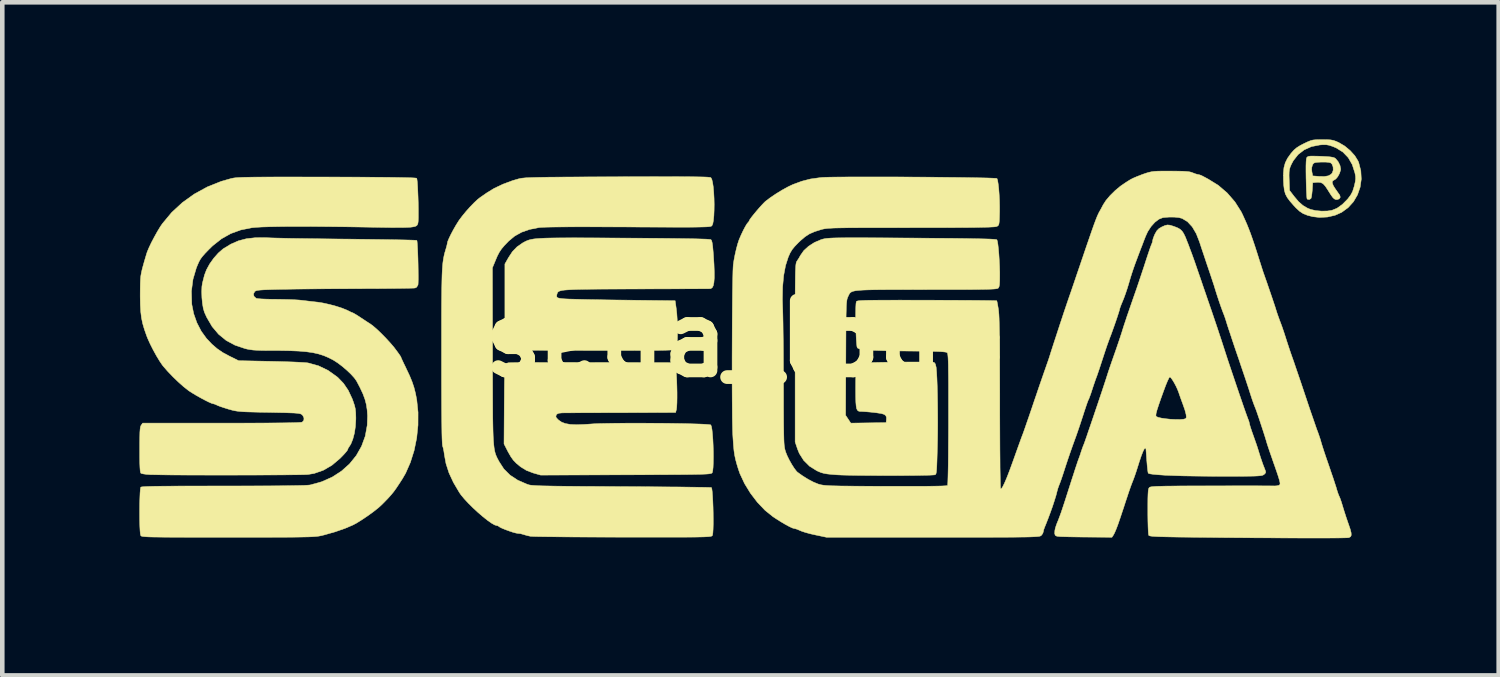
<source format=kicad_pcb>
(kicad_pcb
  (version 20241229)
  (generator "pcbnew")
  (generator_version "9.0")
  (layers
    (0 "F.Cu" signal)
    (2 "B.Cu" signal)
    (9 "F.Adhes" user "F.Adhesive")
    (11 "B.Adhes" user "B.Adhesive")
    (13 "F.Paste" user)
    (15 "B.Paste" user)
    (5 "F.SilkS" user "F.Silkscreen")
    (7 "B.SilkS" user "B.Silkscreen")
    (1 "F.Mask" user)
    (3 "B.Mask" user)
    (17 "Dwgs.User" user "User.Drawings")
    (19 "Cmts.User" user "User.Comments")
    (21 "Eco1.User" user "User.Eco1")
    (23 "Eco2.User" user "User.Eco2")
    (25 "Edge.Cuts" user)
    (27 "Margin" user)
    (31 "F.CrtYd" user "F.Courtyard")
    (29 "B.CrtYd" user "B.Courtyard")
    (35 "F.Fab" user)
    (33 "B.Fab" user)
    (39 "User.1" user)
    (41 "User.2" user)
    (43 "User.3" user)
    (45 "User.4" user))
  (footprint "sega_logo"
    (layer "F.Cu")
    (at 13.256 4.365)
    (property "Reference" "sega_logo" (at 0 0 0) (layer "F.SilkS") (effects (font (size 1.524 1.524) (thickness 0.3))))
    (attr through_hole)
    (fp_poly (pts (xy 12.531 -3.998) (xy 12.592 -3.996) (xy 12.711 -3.99) (xy 12.795 -3.983) (xy 12.852 -3.974) (xy 12.889 -3.962) (xy 12.914 -3.945) (xy 12.915 -3.945) (xy 12.971 -3.876) (xy 13.01 -3.796) (xy 13.025 -3.718) (xy 13.023 -3.694) (xy 13 -3.622) (xy 12.963 -3.553) (xy 12.92 -3.501) (xy 12.891 -3.482) (xy 12.849 -3.457) (xy 12.84 -3.415) (xy 12.864 -3.352) (xy 12.906 -3.286) (xy 12.95 -3.223) (xy 12.986 -3.171) (xy 13.005 -3.145) (xy 13.016 -3.1) (xy 12.993 -3.064) (xy 12.946 -3.048) (xy 12.946 -3.048) (xy 12.913 -3.051) (xy 12.884 -3.065) (xy 12.852 -3.096) (xy 12.813 -3.15) (xy 12.76 -3.233) (xy 12.745 -3.258) (xy 12.689 -3.342) (xy 12.641 -3.395) (xy 12.592 -3.421) (xy 12.532 -3.428) (xy 12.486 -3.425) (xy 12.414 -3.418) (xy 12.404 -3.26) (xy 12.396 -3.179) (xy 12.387 -3.114) (xy 12.377 -3.077) (xy 12.376 -3.074) (xy 12.343 -3.051) (xy 12.304 -3.053) (xy 12.289 -3.067) (xy 12.285 -3.093) (xy 12.281 -3.154) (xy 12.276 -3.245) (xy 12.272 -3.358) (xy 12.269 -3.486) (xy 12.268 -3.51) (xy 12.266 -3.668) (xy 12.266 -3.733) (xy 12.388 -3.733) (xy 12.396 -3.654) (xy 12.414 -3.567) (xy 12.552 -3.556) (xy 12.671 -3.554) (xy 12.757 -3.569) (xy 12.816 -3.603) (xy 12.841 -3.632) (xy 12.862 -3.693) (xy 12.859 -3.763) (xy 12.836 -3.823) (xy 12.805 -3.853) (xy 12.764 -3.863) (xy 12.695 -3.869) (xy 12.612 -3.869) (xy 12.599 -3.869) (xy 12.516 -3.865) (xy 12.465 -3.858) (xy 12.436 -3.845) (xy 12.417 -3.822) (xy 12.407 -3.802) (xy 12.388 -3.733) (xy 12.266 -3.733) (xy 12.266 -3.788) (xy 12.269 -3.874) (xy 12.274 -3.932) (xy 12.282 -3.964) (xy 12.286 -3.971) (xy 12.301 -3.985) (xy 12.326 -3.995) (xy 12.368 -4) (xy 12.434 -4) (xy 12.531 -3.998)) (stroke (width 0.01) (type solid)) (fill yes) (layer "F.SilkS"))
    (fp_poly (pts (xy 12.728 -4.359) (xy 12.804 -4.355) (xy 12.863 -4.344) (xy 12.919 -4.325) (xy 12.984 -4.296) (xy 13.113 -4.22) (xy 13.232 -4.121) (xy 13.333 -4.01) (xy 13.404 -3.895) (xy 13.419 -3.86) (xy 13.466 -3.678) (xy 13.476 -3.497) (xy 13.451 -3.32) (xy 13.393 -3.153) (xy 13.305 -3.002) (xy 13.188 -2.873) (xy 13.047 -2.77) (xy 12.901 -2.705) (xy 12.735 -2.667) (xy 12.561 -2.658) (xy 12.414 -2.675) (xy 12.297 -2.705) (xy 12.206 -2.741) (xy 12.127 -2.793) (xy 12.045 -2.869) (xy 12.004 -2.913) (xy 11.917 -3.012) (xy 11.856 -3.094) (xy 11.815 -3.172) (xy 11.792 -3.258) (xy 11.779 -3.363) (xy 11.773 -3.468) (xy 11.772 -3.577) (xy 11.896 -3.577) (xy 11.899 -3.475) (xy 11.907 -3.249) (xy 12.008 -3.117) (xy 12.105 -3.002) (xy 12.199 -2.92) (xy 12.299 -2.861) (xy 12.368 -2.833) (xy 12.478 -2.808) (xy 12.607 -2.796) (xy 12.738 -2.799) (xy 12.834 -2.814) (xy 12.945 -2.859) (xy 13.061 -2.942) (xy 13.177 -3.059) (xy 13.186 -3.07) (xy 13.245 -3.149) (xy 13.286 -3.226) (xy 13.316 -3.321) (xy 13.324 -3.349) (xy 13.344 -3.437) (xy 13.352 -3.502) (xy 13.35 -3.56) (xy 13.337 -3.629) (xy 13.336 -3.634) (xy 13.278 -3.815) (xy 13.191 -3.966) (xy 13.075 -4.087) (xy 12.928 -4.179) (xy 12.854 -4.21) (xy 12.775 -4.237) (xy 12.707 -4.249) (xy 12.632 -4.249) (xy 12.569 -4.244) (xy 12.386 -4.208) (xy 12.227 -4.137) (xy 12.094 -4.034) (xy 11.988 -3.899) (xy 11.944 -3.816) (xy 11.92 -3.76) (xy 11.905 -3.709) (xy 11.898 -3.652) (xy 11.896 -3.577) (xy 11.772 -3.577) (xy 11.772 -3.623) (xy 11.784 -3.748) (xy 11.813 -3.854) (xy 11.862 -3.952) (xy 11.934 -4.053) (xy 11.941 -4.062) (xy 12.002 -4.131) (xy 12.064 -4.184) (xy 12.141 -4.232) (xy 12.22 -4.273) (xy 12.302 -4.312) (xy 12.364 -4.337) (xy 12.42 -4.352) (xy 12.484 -4.358) (xy 12.57 -4.36) (xy 12.624 -4.36) (xy 12.728 -4.359)) (stroke (width 0.01) (type solid)) (fill yes) (layer "F.SilkS"))
    (fp_poly (pts (xy -3.519 0.515) (xy -3.334 0.515) (xy -1.535 0.519) (xy -1.515 0.699) (xy -1.507 0.793) (xy -1.501 0.908) (xy -1.497 1.036) (xy -1.494 1.166) (xy -1.494 1.291) (xy -1.496 1.401) (xy -1.501 1.489) (xy -1.507 1.544) (xy -1.509 1.55) (xy -1.525 1.609) (xy -2.715 1.613) (xy -2.939 1.613) (xy -3.153 1.614) (xy -3.352 1.615) (xy -3.533 1.615) (xy -3.691 1.616) (xy -3.822 1.617) (xy -3.922 1.617) (xy -3.986 1.618) (xy -4.007 1.618) (xy -4.084 1.626) (xy -4.126 1.648) (xy -4.128 1.651) (xy -4.145 1.686) (xy -4.14 1.716) (xy -4.107 1.754) (xy -4.084 1.776) (xy -4.019 1.821) (xy -3.935 1.852) (xy -3.828 1.871) (xy -3.692 1.877) (xy -3.523 1.871) (xy -3.404 1.863) (xy -3.316 1.857) (xy -3.197 1.852) (xy -3.052 1.849) (xy -2.885 1.846) (xy -2.702 1.844) (xy -2.505 1.843) (xy -2.3 1.843) (xy -2.091 1.844) (xy -1.883 1.845) (xy -1.679 1.847) (xy -1.485 1.85) (xy -1.305 1.853) (xy -1.142 1.858) (xy -1.002 1.862) (xy -0.89 1.867) (xy -0.808 1.873) (xy -0.763 1.879) (xy -0.755 1.882) (xy -0.741 1.917) (xy -0.729 1.986) (xy -0.719 2.082) (xy -0.71 2.198) (xy -0.704 2.326) (xy -0.7 2.459) (xy -0.699 2.588) (xy -0.701 2.708) (xy -0.705 2.809) (xy -0.713 2.884) (xy -0.724 2.927) (xy -0.726 2.929) (xy -0.732 2.936) (xy -0.744 2.941) (xy -0.763 2.946) (xy -0.792 2.951) (xy -0.834 2.955) (xy -0.891 2.958) (xy -0.966 2.961) (xy -1.061 2.963) (xy -1.18 2.965) (xy -1.325 2.967) (xy -1.498 2.968) (xy -1.703 2.969) (xy -1.941 2.97) (xy -2.216 2.972) (xy -2.53 2.973) (xy -2.616 2.973) (xy -4.478 2.979) (xy -4.64 2.933) (xy -4.788 2.877) (xy -4.914 2.799) (xy -4.922 2.793) (xy -5.007 2.723) (xy -5.074 2.654) (xy -5.131 2.574) (xy -5.19 2.471) (xy -5.209 2.434) (xy -5.279 2.297) (xy -5.274 1.45) (xy -5.272 1.264) (xy -5.271 1.09) (xy -5.269 0.933) (xy -5.266 0.798) (xy -5.264 0.69) (xy -5.262 0.614) (xy -5.259 0.573) (xy -5.258 0.569) (xy -5.232 0.539) (xy -5.19 0.523) (xy -5.161 0.521) (xy -5.092 0.519) (xy -4.988 0.518) (xy -4.85 0.517) (xy -4.684 0.516) (xy -4.491 0.515) (xy -4.274 0.515) (xy -4.038 0.514) (xy -3.785 0.514) (xy -3.519 0.515)) (stroke (width 0.01) (type solid)) (fill yes) (layer "F.SilkS"))
    (fp_poly (pts (xy -3.515 -2.211) (xy -3.251 -2.21) (xy -2.949 -2.208) (xy -2.641 -2.206) (xy -2.282 -2.204) (xy -1.965 -2.202) (xy -1.688 -2.199) (xy -1.449 -2.196) (xy -1.248 -2.193) (xy -1.082 -2.19) (xy -0.952 -2.186) (xy -0.855 -2.183) (xy -0.79 -2.178) (xy -0.757 -2.174) (xy -0.752 -2.172) (xy -0.737 -2.15) (xy -0.725 -2.103) (xy -0.714 -2.026) (xy -0.704 -1.914) (xy -0.698 -1.841) (xy -0.685 -1.634) (xy -0.679 -1.466) (xy -0.679 -1.334) (xy -0.687 -1.234) (xy -0.702 -1.164) (xy -0.725 -1.121) (xy -0.757 -1.101) (xy -0.769 -1.099) (xy -0.794 -1.099) (xy -0.857 -1.098) (xy -0.957 -1.098) (xy -1.088 -1.097) (xy -1.249 -1.097) (xy -1.435 -1.096) (xy -1.643 -1.095) (xy -1.87 -1.095) (xy -2.113 -1.094) (xy -2.368 -1.093) (xy -2.371 -1.093) (xy -2.678 -1.092) (xy -2.947 -1.091) (xy -3.178 -1.09) (xy -3.376 -1.088) (xy -3.542 -1.086) (xy -3.68 -1.083) (xy -3.793 -1.079) (xy -3.883 -1.074) (xy -3.953 -1.069) (xy -4.006 -1.062) (xy -4.045 -1.053) (xy -4.072 -1.044) (xy -4.091 -1.033) (xy -4.104 -1.02) (xy -4.11 -1.011) (xy -4.124 -0.968) (xy -4.127 -0.939) (xy -4.123 -0.915) (xy -4.103 -0.899) (xy -4.06 -0.888) (xy -3.985 -0.879) (xy -3.936 -0.876) (xy -3.85 -0.872) (xy -3.731 -0.869) (xy -3.582 -0.865) (xy -3.41 -0.861) (xy -3.217 -0.858) (xy -3.01 -0.854) (xy -2.791 -0.851) (xy -2.689 -0.85) (xy -1.535 -0.836) (xy -1.51 -0.656) (xy -1.499 -0.555) (xy -1.491 -0.436) (xy -1.486 -0.308) (xy -1.484 -0.178) (xy -1.485 -0.055) (xy -1.488 0.055) (xy -1.495 0.142) (xy -1.504 0.2) (xy -1.511 0.217) (xy -1.518 0.224) (xy -1.53 0.23) (xy -1.55 0.235) (xy -1.581 0.239) (xy -1.625 0.243) (xy -1.685 0.245) (xy -1.764 0.248) (xy -1.864 0.25) (xy -1.99 0.251) (xy -2.142 0.252) (xy -2.324 0.252) (xy -2.54 0.253) (xy -2.79 0.253) (xy -3.079 0.252) (xy -3.22 0.252) (xy -3.483 0.252) (xy -3.734 0.251) (xy -3.97 0.251) (xy -4.187 0.25) (xy -4.382 0.249) (xy -4.552 0.248) (xy -4.694 0.247) (xy -4.805 0.245) (xy -4.88 0.244) (xy -4.918 0.243) (xy -4.921 0.242) (xy -4.952 0.238) (xy -5.012 0.233) (xy -5.09 0.229) (xy -5.101 0.228) (xy -5.26 0.222) (xy -5.26 -1.64) (xy -5.182 -1.778) (xy -5.094 -1.912) (xy -4.995 -2.014) (xy -4.874 -2.099) (xy -4.868 -2.102) (xy -4.834 -2.121) (xy -4.801 -2.138) (xy -4.766 -2.153) (xy -4.728 -2.166) (xy -4.683 -2.177) (xy -4.628 -2.187) (xy -4.561 -2.194) (xy -4.478 -2.2) (xy -4.379 -2.205) (xy -4.258 -2.208) (xy -4.114 -2.21) (xy -3.944 -2.211) (xy -3.746 -2.212) (xy -3.515 -2.211)) (stroke (width 0.01) (type solid)) (fill yes) (layer "F.SilkS"))
    (fp_poly (pts (xy 2.578 -2.213) (xy 2.788 -2.212) (xy 3.032 -2.211) (xy 3.312 -2.209) (xy 3.632 -2.207) (xy 3.65 -2.207) (xy 3.989 -2.204) (xy 4.288 -2.202) (xy 4.548 -2.2) (xy 4.772 -2.197) (xy 4.962 -2.194) (xy 5.119 -2.191) (xy 5.247 -2.188) (xy 5.347 -2.185) (xy 5.42 -2.181) (xy 5.469 -2.177) (xy 5.497 -2.172) (xy 5.504 -2.169) (xy 5.515 -2.136) (xy 5.526 -2.069) (xy 5.537 -1.973) (xy 5.547 -1.858) (xy 5.555 -1.729) (xy 5.562 -1.594) (xy 5.566 -1.461) (xy 5.566 -1.383) (xy 5.565 -1.272) (xy 5.561 -1.197) (xy 5.553 -1.148) (xy 5.539 -1.119) (xy 5.534 -1.113) (xy 5.524 -1.106) (xy 5.506 -1.101) (xy 5.478 -1.096) (xy 5.436 -1.092) (xy 5.377 -1.089) (xy 5.299 -1.086) (xy 5.199 -1.084) (xy 5.074 -1.082) (xy 4.92 -1.081) (xy 4.736 -1.08) (xy 4.519 -1.08) (xy 4.264 -1.08) (xy 3.971 -1.08) (xy 3.967 -1.079) (xy 3.664 -1.08) (xy 3.401 -1.079) (xy 3.174 -1.079) (xy 2.981 -1.078) (xy 2.819 -1.076) (xy 2.685 -1.073) (xy 2.576 -1.069) (xy 2.489 -1.063) (xy 2.421 -1.056) (xy 2.37 -1.046) (xy 2.333 -1.034) (xy 2.306 -1.019) (xy 2.287 -1.001) (xy 2.273 -0.98) (xy 2.261 -0.956) (xy 2.248 -0.928) (xy 2.239 -0.908) (xy 2.231 -0.886) (xy 2.224 -0.86) (xy 2.219 -0.825) (xy 2.214 -0.779) (xy 2.21 -0.717) (xy 2.208 -0.637) (xy 2.205 -0.535) (xy 2.203 -0.408) (xy 2.202 -0.252) (xy 2.201 -0.064) (xy 2.2 0.159) (xy 2.199 0.417) (xy 2.194 1.67) (xy 2.251 1.756) (xy 2.308 1.842) (xy 3.08 1.831) (xy 3.086 1.774) (xy 3.088 1.718) (xy 3.074 1.679) (xy 3.039 1.651) (xy 2.975 1.632) (xy 2.877 1.617) (xy 2.836 1.612) (xy 2.737 1.601) (xy 2.644 1.593) (xy 2.572 1.588) (xy 2.547 1.587) (xy 2.506 1.586) (xy 2.475 1.578) (xy 2.452 1.559) (xy 2.435 1.524) (xy 2.425 1.468) (xy 2.418 1.386) (xy 2.415 1.274) (xy 2.414 1.127) (xy 2.414 1.048) (xy 2.415 0.909) (xy 2.417 0.784) (xy 2.421 0.68) (xy 2.426 0.602) (xy 2.431 0.557) (xy 2.434 0.55) (xy 2.444 0.542) (xy 2.466 0.535) (xy 2.504 0.529) (xy 2.561 0.525) (xy 2.641 0.52) (xy 2.749 0.517) (xy 2.887 0.514) (xy 3.059 0.511) (xy 3.271 0.508) (xy 3.275 0.508) (xy 3.458 0.506) (xy 3.629 0.505) (xy 3.783 0.505) (xy 3.914 0.505) (xy 4.019 0.507) (xy 4.091 0.509) (xy 4.128 0.512) (xy 4.13 0.513) (xy 4.157 0.547) (xy 4.175 0.62) (xy 4.177 0.64) (xy 4.185 0.733) (xy 4.192 0.862) (xy 4.198 1.021) (xy 4.203 1.203) (xy 4.206 1.401) (xy 4.208 1.609) (xy 4.209 1.821) (xy 4.208 2.029) (xy 4.205 2.229) (xy 4.202 2.355) (xy 4.197 2.531) (xy 4.193 2.67) (xy 4.189 2.775) (xy 4.185 2.852) (xy 4.18 2.906) (xy 4.174 2.94) (xy 4.166 2.959) (xy 4.156 2.969) (xy 4.143 2.973) (xy 4.141 2.974) (xy 4.102 2.977) (xy 4.026 2.981) (xy 3.918 2.983) (xy 3.783 2.986) (xy 3.627 2.987) (xy 3.454 2.988) (xy 3.271 2.989) (xy 3.081 2.989) (xy 2.891 2.988) (xy 2.705 2.987) (xy 2.528 2.986) (xy 2.367 2.984) (xy 2.225 2.981) (xy 2.109 2.978) (xy 2.024 2.974) (xy 2 2.973) (xy 1.877 2.963) (xy 1.786 2.953) (xy 1.716 2.94) (xy 1.658 2.924) (xy 1.6 2.9) (xy 1.563 2.883) (xy 1.406 2.785) (xy 1.277 2.657) (xy 1.181 2.505) (xy 1.143 2.412) (xy 1.09 2.254) (xy 1.09 0.303) (xy 1.09 -0.028) (xy 1.09 -0.32) (xy 1.09 -0.574) (xy 1.091 -0.794) (xy 1.091 -0.983) (xy 1.092 -1.142) (xy 1.094 -1.274) (xy 1.095 -1.383) (xy 1.097 -1.47) (xy 1.1 -1.538) (xy 1.103 -1.591) (xy 1.107 -1.63) (xy 1.112 -1.658) (xy 1.117 -1.678) (xy 1.123 -1.692) (xy 1.13 -1.703) (xy 1.133 -1.707) (xy 1.174 -1.77) (xy 1.207 -1.829) (xy 1.279 -1.932) (xy 1.384 -2.028) (xy 1.512 -2.11) (xy 1.654 -2.171) (xy 1.685 -2.181) (xy 1.71 -2.187) (xy 1.738 -2.193) (xy 1.772 -2.198) (xy 1.814 -2.202) (xy 1.867 -2.206) (xy 1.934 -2.209) (xy 2.018 -2.211) (xy 2.121 -2.212) (xy 2.247 -2.213) (xy 2.398 -2.213) (xy 2.578 -2.213)) (stroke (width 0.01) (type solid)) (fill yes) (layer "F.SilkS"))
    (fp_poly (pts (xy 9.289 -2.489) (xy 9.361 -2.467) (xy 9.398 -2.454) (xy 9.464 -2.427) (xy 9.514 -2.398) (xy 9.555 -2.359) (xy 9.591 -2.304) (xy 9.629 -2.226) (xy 9.672 -2.116) (xy 9.689 -2.074) (xy 9.728 -1.969) (xy 9.764 -1.874) (xy 9.798 -1.78) (xy 9.834 -1.679) (xy 9.874 -1.562) (xy 9.923 -1.42) (xy 9.971 -1.281) (xy 10.015 -1.15) (xy 10.057 -1.03) (xy 10.092 -0.927) (xy 10.119 -0.848) (xy 10.136 -0.8) (xy 10.138 -0.794) (xy 10.162 -0.723) (xy 10.196 -0.625) (xy 10.236 -0.507) (xy 10.28 -0.377) (xy 10.325 -0.244) (xy 10.367 -0.116) (xy 10.405 -0.002) (xy 10.435 0.09) (xy 10.455 0.152) (xy 10.457 0.159) (xy 10.48 0.229) (xy 10.512 0.328) (xy 10.552 0.451) (xy 10.599 0.591) (xy 10.65 0.743) (xy 10.704 0.903) (xy 10.758 1.063) (xy 10.811 1.219) (xy 10.861 1.364) (xy 10.906 1.495) (xy 10.944 1.604) (xy 10.974 1.687) (xy 10.993 1.738) (xy 10.997 1.749) (xy 11.018 1.804) (xy 11.028 1.845) (xy 11.028 1.846) (xy 11.035 1.877) (xy 11.053 1.939) (xy 11.081 2.022) (xy 11.115 2.118) (xy 11.152 2.223) (xy 11.187 2.323) (xy 11.214 2.406) (xy 11.229 2.455) (xy 11.272 2.593) (xy 11.323 2.741) (xy 11.363 2.844) (xy 11.383 2.897) (xy 11.383 2.928) (xy 11.363 2.953) (xy 11.347 2.966) (xy 11.334 2.975) (xy 11.316 2.983) (xy 11.29 2.989) (xy 11.253 2.994) (xy 11.199 2.998) (xy 11.127 3.001) (xy 11.03 3.003) (xy 10.907 3.004) (xy 10.753 3.005) (xy 10.564 3.005) (xy 10.343 3.005) (xy 10.063 3.003) (xy 9.805 3) (xy 9.57 2.996) (xy 9.363 2.989) (xy 9.184 2.982) (xy 9.038 2.972) (xy 8.926 2.962) (xy 8.851 2.951) (xy 8.815 2.938) (xy 8.815 2.938) (xy 8.809 2.913) (xy 8.801 2.854) (xy 8.792 2.771) (xy 8.784 2.671) (xy 8.783 2.664) (xy 8.776 2.564) (xy 8.77 2.48) (xy 8.766 2.422) (xy 8.764 2.397) (xy 8.764 2.397) (xy 8.747 2.392) (xy 8.744 2.392) (xy 8.725 2.412) (xy 8.697 2.47) (xy 8.661 2.563) (xy 8.619 2.687) (xy 8.582 2.805) (xy 8.55 2.906) (xy 8.515 3.008) (xy 8.484 3.092) (xy 8.476 3.111) (xy 8.457 3.16) (xy 8.437 3.212) (xy 8.416 3.272) (xy 8.39 3.346) (xy 8.358 3.443) (xy 8.317 3.566) (xy 8.266 3.724) (xy 8.265 3.725) (xy 8.204 3.909) (xy 8.154 4.055) (xy 8.112 4.165) (xy 8.079 4.242) (xy 8.055 4.288) (xy 8.021 4.339) (xy 7.508 4.335) (xy 7.358 4.334) (xy 7.216 4.332) (xy 7.088 4.33) (xy 6.984 4.327) (xy 6.91 4.325) (xy 6.884 4.324) (xy 6.815 4.316) (xy 6.78 4.297) (xy 6.768 4.258) (xy 6.772 4.191) (xy 6.782 4.141) (xy 6.804 4.072) (xy 6.819 4.032) (xy 6.846 3.967) (xy 6.869 3.907) (xy 6.891 3.847) (xy 6.915 3.781) (xy 6.941 3.702) (xy 6.974 3.603) (xy 7.014 3.48) (xy 7.063 3.326) (xy 7.091 3.239) (xy 7.138 3.092) (xy 7.182 2.957) (xy 7.22 2.839) (xy 7.252 2.743) (xy 7.274 2.677) (xy 7.285 2.646) (xy 7.304 2.596) (xy 7.329 2.525) (xy 7.345 2.474) (xy 7.37 2.401) (xy 7.392 2.341) (xy 7.403 2.315) (xy 7.414 2.287) (xy 7.436 2.225) (xy 7.468 2.134) (xy 7.507 2.018) (xy 7.553 1.885) (xy 7.603 1.738) (xy 7.624 1.676) (xy 8.982 1.676) (xy 8.989 1.695) (xy 9.029 1.715) (xy 9.101 1.732) (xy 9.196 1.746) (xy 9.301 1.757) (xy 9.408 1.762) (xy 9.506 1.763) (xy 9.585 1.757) (xy 9.634 1.744) (xy 9.636 1.743) (xy 9.649 1.713) (xy 9.642 1.649) (xy 9.616 1.551) (xy 9.569 1.417) (xy 9.546 1.355) (xy 9.517 1.275) (xy 9.489 1.194) (xy 9.483 1.175) (xy 9.457 1.108) (xy 9.422 1.032) (xy 9.382 0.957) (xy 9.343 0.893) (xy 9.309 0.847) (xy 9.287 0.831) (xy 9.286 0.831) (xy 9.268 0.855) (xy 9.238 0.917) (xy 9.198 1.013) (xy 9.15 1.142) (xy 9.093 1.3) (xy 9.043 1.444) (xy 9.007 1.554) (xy 8.987 1.63) (xy 8.982 1.676) (xy 7.624 1.676) (xy 7.655 1.584) (xy 7.708 1.428) (xy 7.759 1.276) (xy 7.807 1.133) (xy 7.85 1.003) (xy 7.886 0.894) (xy 7.913 0.81) (xy 7.928 0.762) (xy 7.945 0.71) (xy 7.973 0.627) (xy 8.009 0.522) (xy 8.05 0.405) (xy 8.077 0.328) (xy 8.12 0.205) (xy 8.161 0.085) (xy 8.197 -0.022) (xy 8.224 -0.104) (xy 8.235 -0.138) (xy 8.26 -0.219) (xy 8.286 -0.301) (xy 8.316 -0.39) (xy 8.35 -0.494) (xy 8.393 -0.618) (xy 8.445 -0.769) (xy 8.509 -0.953) (xy 8.563 -1.107) (xy 8.619 -1.273) (xy 8.674 -1.438) (xy 8.724 -1.588) (xy 8.762 -1.706) (xy 8.799 -1.819) (xy 8.833 -1.92) (xy 8.861 -2.002) (xy 8.881 -2.055) (xy 8.888 -2.07) (xy 8.907 -2.121) (xy 8.911 -2.15) (xy 8.92 -2.189) (xy 8.942 -2.249) (xy 8.962 -2.295) (xy 9.004 -2.368) (xy 9.052 -2.416) (xy 9.111 -2.45) (xy 9.18 -2.481) (xy 9.234 -2.494) (xy 9.289 -2.489)) (stroke (width 0.01) (type solid)) (fill yes) (layer "F.SilkS"))
    (fp_poly (pts (xy -1.626 -3.55) (xy -1.422 -3.549) (xy -1.249 -3.548) (xy -1.107 -3.547) (xy -0.991 -3.545) (xy -0.901 -3.543) (xy -0.834 -3.54) (xy -0.789 -3.536) (xy -0.762 -3.532) (xy -0.754 -3.529) (xy -0.733 -3.492) (xy -0.716 -3.422) (xy -0.701 -3.324) (xy -0.691 -3.206) (xy -0.684 -3.077) (xy -0.681 -2.943) (xy -0.683 -2.813) (xy -0.688 -2.693) (xy -0.698 -2.592) (xy -0.712 -2.517) (xy -0.731 -2.476) (xy -0.739 -2.47) (xy -0.752 -2.464) (xy -0.774 -2.459) (xy -0.807 -2.455) (xy -0.853 -2.452) (xy -0.915 -2.45) (xy -0.997 -2.448) (xy -1.1 -2.446) (xy -1.227 -2.445) (xy -1.381 -2.445) (xy -1.565 -2.445) (xy -1.782 -2.446) (xy -2.033 -2.447) (xy -2.322 -2.448) (xy -2.556 -2.45) (xy -2.939 -2.451) (xy -3.28 -2.452) (xy -3.578 -2.453) (xy -3.836 -2.452) (xy -4.052 -2.45) (xy -4.228 -2.448) (xy -4.363 -2.445) (xy -4.458 -2.441) (xy -4.511 -2.437) (xy -4.719 -2.396) (xy -4.894 -2.335) (xy -5.045 -2.251) (xy -5.178 -2.141) (xy -5.186 -2.132) (xy -5.272 -2.043) (xy -5.335 -1.968) (xy -5.383 -1.896) (xy -5.426 -1.813) (xy -5.464 -1.723) (xy -5.533 -1.556) (xy -5.53 0.36) (xy -5.53 0.7) (xy -5.529 1.001) (xy -5.528 1.265) (xy -5.527 1.495) (xy -5.526 1.694) (xy -5.523 1.864) (xy -5.52 2.009) (xy -5.516 2.131) (xy -5.51 2.233) (xy -5.503 2.317) (xy -5.495 2.387) (xy -5.485 2.445) (xy -5.473 2.494) (xy -5.459 2.537) (xy -5.442 2.577) (xy -5.424 2.615) (xy -5.402 2.656) (xy -5.387 2.684) (xy -5.282 2.846) (xy -5.147 2.98) (xy -4.98 3.09) (xy -4.78 3.177) (xy -4.744 3.189) (xy -4.723 3.195) (xy -4.692 3.2) (xy -4.649 3.204) (xy -4.592 3.208) (xy -4.518 3.212) (xy -4.425 3.215) (xy -4.31 3.217) (xy -4.171 3.22) (xy -4.004 3.222) (xy -3.807 3.224) (xy -3.579 3.226) (xy -3.315 3.227) (xy -3.015 3.229) (xy -2.7 3.231) (xy -2.416 3.232) (xy -2.145 3.234) (xy -1.889 3.236) (xy -1.651 3.238) (xy -1.434 3.239) (xy -1.241 3.242) (xy -1.076 3.244) (xy -0.94 3.246) (xy -0.837 3.248) (xy -0.77 3.25) (xy -0.742 3.251) (xy -0.742 3.252) (xy -0.732 3.281) (xy -0.724 3.346) (xy -0.717 3.439) (xy -0.711 3.551) (xy -0.706 3.677) (xy -0.703 3.808) (xy -0.702 3.938) (xy -0.702 4.058) (xy -0.705 4.162) (xy -0.71 4.241) (xy -0.717 4.29) (xy -0.72 4.298) (xy -0.725 4.305) (xy -0.733 4.311) (xy -0.746 4.317) (xy -0.768 4.321) (xy -0.8 4.325) (xy -0.846 4.328) (xy -0.908 4.331) (xy -0.989 4.333) (xy -1.09 4.335) (xy -1.216 4.336) (xy -1.368 4.337) (xy -1.548 4.337) (xy -1.761 4.337) (xy -2.007 4.337) (xy -2.29 4.337) (xy -2.613 4.337) (xy -2.673 4.337) (xy -2.957 4.336) (xy -3.231 4.335) (xy -3.491 4.334) (xy -3.735 4.333) (xy -3.958 4.331) (xy -4.158 4.329) (xy -4.331 4.327) (xy -4.475 4.325) (xy -4.587 4.323) (xy -4.662 4.32) (xy -4.698 4.318) (xy -4.699 4.318) (xy -4.773 4.302) (xy -4.839 4.283) (xy -4.854 4.278) (xy -4.92 4.26) (xy -4.974 4.255) (xy -5.019 4.247) (xy -5.087 4.229) (xy -5.167 4.202) (xy -5.249 4.172) (xy -5.32 4.143) (xy -5.371 4.118) (xy -5.388 4.105) (xy -5.417 4.087) (xy -5.433 4.085) (xy -5.483 4.07) (xy -5.555 4.029) (xy -5.644 3.966) (xy -5.744 3.886) (xy -5.85 3.795) (xy -5.956 3.697) (xy -6.057 3.597) (xy -6.147 3.5) (xy -6.22 3.412) (xy -6.255 3.362) (xy -6.386 3.14) (xy -6.483 2.931) (xy -6.548 2.73) (xy -6.583 2.54) (xy -6.595 2.458) (xy -6.61 2.384) (xy -6.623 2.343) (xy -6.627 2.317) (xy -6.631 2.262) (xy -6.635 2.176) (xy -6.638 2.059) (xy -6.64 1.909) (xy -6.642 1.724) (xy -6.644 1.503) (xy -6.645 1.245) (xy -6.646 0.948) (xy -6.646 0.611) (xy -6.646 0.388) (xy -6.646 0.047) (xy -6.646 -0.254) (xy -6.646 -0.518) (xy -6.645 -0.749) (xy -6.643 -0.949) (xy -6.641 -1.121) (xy -6.638 -1.268) (xy -6.635 -1.393) (xy -6.63 -1.499) (xy -6.624 -1.588) (xy -6.617 -1.664) (xy -6.608 -1.729) (xy -6.598 -1.786) (xy -6.587 -1.839) (xy -6.574 -1.89) (xy -6.559 -1.941) (xy -6.55 -1.971) (xy -6.532 -2.035) (xy -6.521 -2.083) (xy -6.519 -2.097) (xy -6.509 -2.138) (xy -6.48 -2.206) (xy -6.438 -2.293) (xy -6.387 -2.389) (xy -6.331 -2.487) (xy -6.275 -2.576) (xy -6.261 -2.598) (xy -6.194 -2.687) (xy -6.113 -2.786) (xy -6.024 -2.886) (xy -5.936 -2.977) (xy -5.857 -3.051) (xy -5.8 -3.096) (xy -5.75 -3.13) (xy -5.687 -3.174) (xy -5.657 -3.195) (xy -5.494 -3.295) (xy -5.301 -3.386) (xy -5.092 -3.464) (xy -4.953 -3.504) (xy -4.926 -3.51) (xy -4.894 -3.516) (xy -4.854 -3.52) (xy -4.803 -3.525) (xy -4.738 -3.528) (xy -4.657 -3.531) (xy -4.558 -3.534) (xy -4.437 -3.536) (xy -4.292 -3.539) (xy -4.12 -3.54) (xy -3.919 -3.542) (xy -3.686 -3.543) (xy -3.419 -3.545) (xy -3.114 -3.546) (xy -2.803 -3.547) (xy -2.45 -3.549) (xy -2.138 -3.549) (xy -1.864 -3.55) (xy -1.626 -3.55)) (stroke (width 0.01) (type solid)) (fill yes) (layer "F.SilkS"))
    (fp_poly (pts (xy -9.781 -3.543) (xy -9.486 -3.542) (xy -9.157 -3.542) (xy -8.787 -3.541) (xy -8.459 -3.54) (xy -8.17 -3.538) (xy -7.921 -3.536) (xy -7.71 -3.534) (xy -7.537 -3.531) (xy -7.399 -3.528) (xy -7.297 -3.525) (xy -7.229 -3.521) (xy -7.195 -3.517) (xy -7.19 -3.515) (xy -7.183 -3.488) (xy -7.176 -3.427) (xy -7.17 -3.337) (xy -7.165 -3.228) (xy -7.16 -3.107) (xy -7.156 -2.98) (xy -7.154 -2.856) (xy -7.154 -2.741) (xy -7.154 -2.644) (xy -7.157 -2.572) (xy -7.162 -2.533) (xy -7.169 -2.51) (xy -7.18 -2.49) (xy -7.197 -2.474) (xy -7.225 -2.461) (xy -7.267 -2.452) (xy -7.326 -2.444) (xy -7.406 -2.44) (xy -7.509 -2.437) (xy -7.64 -2.437) (xy -7.801 -2.438) (xy -7.996 -2.441) (xy -8.229 -2.445) (xy -8.346 -2.447) (xy -8.72 -2.453) (xy -9.071 -2.457) (xy -9.397 -2.46) (xy -9.696 -2.461) (xy -9.966 -2.461) (xy -10.204 -2.458) (xy -10.409 -2.454) (xy -10.578 -2.449) (xy -10.709 -2.441) (xy -10.795 -2.433) (xy -11.04 -2.384) (xy -11.26 -2.304) (xy -11.462 -2.19) (xy -11.654 -2.038) (xy -11.738 -1.956) (xy -11.819 -1.872) (xy -11.877 -1.806) (xy -11.92 -1.748) (xy -11.954 -1.687) (xy -11.987 -1.612) (xy -12.011 -1.552) (xy -12.084 -1.305) (xy -12.118 -1.046) (xy -12.111 -0.778) (xy -12.109 -0.752) (xy -12.069 -0.553) (xy -11.999 -0.354) (xy -11.904 -0.17) (xy -11.79 -0.012) (xy -11.671 0.114) (xy -11.555 0.214) (xy -11.429 0.3) (xy -11.289 0.375) (xy -11.085 0.476) (xy -10.384 0.49) (xy -10.21 0.494) (xy -10.045 0.499) (xy -9.894 0.504) (xy -9.764 0.51) (xy -9.661 0.516) (xy -9.59 0.522) (xy -9.567 0.525) (xy -9.34 0.587) (xy -9.128 0.689) (xy -8.931 0.83) (xy -8.915 0.843) (xy -8.79 0.973) (xy -8.686 1.127) (xy -8.599 1.313) (xy -8.577 1.374) (xy -8.549 1.458) (xy -8.532 1.532) (xy -8.524 1.612) (xy -8.521 1.712) (xy -8.521 1.757) (xy -8.53 1.912) (xy -8.552 2.061) (xy -8.587 2.193) (xy -8.63 2.3) (xy -8.66 2.347) (xy -8.689 2.391) (xy -8.7 2.423) (xy -8.714 2.447) (xy -8.752 2.493) (xy -8.809 2.555) (xy -8.868 2.615) (xy -9.046 2.765) (xy -9.234 2.874) (xy -9.433 2.943) (xy -9.567 2.965) (xy -9.61 2.968) (xy -9.692 2.97) (xy -9.807 2.972) (xy -9.953 2.973) (xy -10.125 2.975) (xy -10.318 2.976) (xy -10.53 2.977) (xy -10.754 2.978) (xy -10.989 2.978) (xy -11.229 2.979) (xy -11.47 2.979) (xy -11.709 2.979) (xy -11.94 2.978) (xy -12.161 2.978) (xy -12.367 2.977) (xy -12.554 2.976) (xy -12.717 2.974) (xy -12.853 2.972) (xy -12.958 2.97) (xy -13.016 2.969) (xy -13.102 2.963) (xy -13.172 2.953) (xy -13.216 2.942) (xy -13.223 2.939) (xy -13.232 2.921) (xy -13.239 2.882) (xy -13.244 2.818) (xy -13.248 2.725) (xy -13.25 2.598) (xy -13.25 2.433) (xy -13.25 2.426) (xy -13.25 2.264) (xy -13.248 2.139) (xy -13.246 2.046) (xy -13.241 1.979) (xy -13.235 1.933) (xy -13.226 1.903) (xy -13.218 1.889) (xy -13.185 1.842) (xy -11.46 1.842) (xy -11.102 1.842) (xy -10.785 1.841) (xy -10.51 1.84) (xy -10.275 1.838) (xy -10.081 1.836) (xy -9.927 1.833) (xy -9.811 1.83) (xy -9.735 1.826) (xy -9.697 1.821) (xy -9.694 1.82) (xy -9.659 1.781) (xy -9.656 1.728) (xy -9.683 1.673) (xy -9.697 1.66) (xy -9.711 1.648) (xy -9.732 1.639) (xy -9.762 1.632) (xy -9.808 1.626) (xy -9.872 1.621) (xy -9.96 1.618) (xy -10.077 1.614) (xy -10.227 1.611) (xy -10.414 1.607) (xy -10.421 1.607) (xy -10.61 1.604) (xy -10.763 1.6) (xy -10.884 1.597) (xy -10.98 1.593) (xy -11.056 1.587) (xy -11.118 1.58) (xy -11.171 1.571) (xy -11.221 1.56) (xy -11.275 1.545) (xy -11.298 1.539) (xy -11.391 1.51) (xy -11.476 1.482) (xy -11.538 1.459) (xy -11.556 1.45) (xy -11.606 1.428) (xy -11.641 1.418) (xy -11.642 1.418) (xy -11.678 1.408) (xy -11.742 1.38) (xy -11.824 1.339) (xy -11.917 1.289) (xy -12.012 1.236) (xy -12.1 1.183) (xy -12.173 1.136) (xy -12.185 1.127) (xy -12.288 1.046) (xy -12.405 0.942) (xy -12.526 0.825) (xy -12.639 0.707) (xy -12.733 0.599) (xy -12.756 0.57) (xy -12.814 0.484) (xy -12.882 0.372) (xy -12.952 0.245) (xy -13.018 0.115) (xy -13.072 -0.004) (xy -13.097 -0.066) (xy -13.147 -0.209) (xy -13.185 -0.338) (xy -13.211 -0.463) (xy -13.227 -0.596) (xy -13.236 -0.747) (xy -13.239 -0.928) (xy -13.239 -0.963) (xy -13.238 -1.108) (xy -13.236 -1.219) (xy -13.232 -1.307) (xy -13.225 -1.38) (xy -13.213 -1.447) (xy -13.197 -1.519) (xy -13.179 -1.587) (xy -13.15 -1.691) (xy -13.121 -1.789) (xy -13.097 -1.87) (xy -13.085 -1.905) (xy -13.047 -1.996) (xy -12.993 -2.11) (xy -12.928 -2.233) (xy -12.86 -2.355) (xy -12.795 -2.462) (xy -12.752 -2.524) (xy -12.55 -2.767) (xy -12.316 -2.983) (xy -12.055 -3.17) (xy -11.77 -3.326) (xy -11.465 -3.448) (xy -11.25 -3.509) (xy -11.222 -3.515) (xy -11.19 -3.521) (xy -11.151 -3.526) (xy -11.102 -3.53) (xy -11.041 -3.533) (xy -10.965 -3.536) (xy -10.871 -3.538) (xy -10.756 -3.54) (xy -10.619 -3.541) (xy -10.455 -3.542) (xy -10.263 -3.543) (xy -10.039 -3.543) (xy -9.781 -3.543)) (stroke (width 0.01) (type solid)) (fill yes) (layer "F.SilkS"))
    (fp_poly (pts (xy -10.439 -2.213) (xy -10.372 -2.21) (xy -10.267 -2.207) (xy -10.128 -2.204) (xy -9.96 -2.2) (xy -9.766 -2.197) (xy -9.551 -2.194) (xy -9.32 -2.191) (xy -9.075 -2.188) (xy -8.823 -2.185) (xy -8.685 -2.184) (xy -8.438 -2.181) (xy -8.204 -2.178) (xy -7.985 -2.175) (xy -7.786 -2.172) (xy -7.609 -2.169) (xy -7.459 -2.166) (xy -7.338 -2.163) (xy -7.25 -2.16) (xy -7.199 -2.157) (xy -7.186 -2.155) (xy -7.181 -2.13) (xy -7.176 -2.07) (xy -7.171 -1.983) (xy -7.166 -1.875) (xy -7.162 -1.755) (xy -7.159 -1.629) (xy -7.157 -1.506) (xy -7.156 -1.392) (xy -7.156 -1.295) (xy -7.158 -1.223) (xy -7.161 -1.182) (xy -7.162 -1.18) (xy -7.191 -1.132) (xy -7.223 -1.115) (xy -7.253 -1.112) (xy -7.321 -1.11) (xy -7.423 -1.108) (xy -7.555 -1.106) (xy -7.714 -1.104) (xy -7.894 -1.103) (xy -8.093 -1.101) (xy -8.306 -1.101) (xy -8.424 -1.1) (xy -8.664 -1.099) (xy -8.91 -1.098) (xy -9.155 -1.097) (xy -9.391 -1.095) (xy -9.613 -1.093) (xy -9.814 -1.091) (xy -9.987 -1.088) (xy -10.125 -1.086) (xy -10.137 -1.086) (xy -10.307 -1.082) (xy -10.44 -1.078) (xy -10.541 -1.074) (xy -10.614 -1.069) (xy -10.665 -1.063) (xy -10.699 -1.055) (xy -10.721 -1.046) (xy -10.733 -1.036) (xy -10.76 -0.985) (xy -10.75 -0.933) (xy -10.707 -0.893) (xy -10.695 -0.887) (xy -10.658 -0.881) (xy -10.587 -0.875) (xy -10.488 -0.871) (xy -10.371 -0.868) (xy -10.259 -0.867) (xy -10.122 -0.865) (xy -9.987 -0.862) (xy -9.865 -0.857) (xy -9.766 -0.851) (xy -9.716 -0.846) (xy -9.615 -0.834) (xy -9.497 -0.82) (xy -9.382 -0.807) (xy -9.366 -0.806) (xy -9.24 -0.786) (xy -9.1 -0.755) (xy -8.958 -0.717) (xy -8.827 -0.675) (xy -8.72 -0.632) (xy -8.687 -0.616) (xy -8.634 -0.589) (xy -8.596 -0.573) (xy -8.589 -0.572) (xy -8.566 -0.56) (xy -8.516 -0.531) (xy -8.45 -0.489) (xy -8.423 -0.471) (xy -8.344 -0.419) (xy -8.27 -0.37) (xy -8.214 -0.334) (xy -8.205 -0.329) (xy -8.141 -0.281) (xy -8.058 -0.209) (xy -7.964 -0.119) (xy -7.867 -0.02) (xy -7.774 0.081) (xy -7.693 0.175) (xy -7.66 0.218) (xy -7.607 0.289) (xy -7.565 0.348) (xy -7.54 0.386) (xy -7.535 0.396) (xy -7.527 0.419) (xy -7.503 0.472) (xy -7.467 0.548) (xy -7.423 0.638) (xy -7.421 0.644) (xy -7.346 0.802) (xy -7.29 0.938) (xy -7.248 1.064) (xy -7.215 1.194) (xy -7.188 1.336) (xy -7.16 1.606) (xy -7.161 1.886) (xy -7.19 2.168) (xy -7.246 2.442) (xy -7.328 2.702) (xy -7.432 2.938) (xy -7.502 3.059) (xy -7.577 3.175) (xy -7.637 3.265) (xy -7.69 3.339) (xy -7.744 3.405) (xy -7.805 3.474) (xy -7.882 3.554) (xy -7.943 3.616) (xy -8.023 3.69) (xy -8.13 3.775) (xy -8.252 3.864) (xy -8.378 3.949) (xy -8.496 4.023) (xy -8.585 4.071) (xy -8.758 4.145) (xy -8.968 4.218) (xy -9.209 4.287) (xy -9.242 4.295) (xy -9.272 4.303) (xy -9.303 4.309) (xy -9.337 4.315) (xy -9.376 4.32) (xy -9.424 4.324) (xy -9.483 4.328) (xy -9.557 4.331) (xy -9.647 4.333) (xy -9.758 4.335) (xy -9.891 4.337) (xy -10.049 4.338) (xy -10.236 4.338) (xy -10.454 4.339) (xy -10.706 4.339) (xy -10.995 4.339) (xy -11.31 4.339) (xy -11.637 4.339) (xy -11.923 4.339) (xy -12.173 4.339) (xy -12.388 4.338) (xy -12.571 4.338) (xy -12.725 4.337) (xy -12.852 4.335) (xy -12.956 4.334) (xy -13.037 4.332) (xy -13.1 4.329) (xy -13.147 4.325) (xy -13.18 4.322) (xy -13.202 4.317) (xy -13.216 4.312) (xy -13.224 4.305) (xy -13.228 4.298) (xy -13.228 4.298) (xy -13.236 4.263) (xy -13.242 4.194) (xy -13.247 4.098) (xy -13.25 3.984) (xy -13.251 3.857) (xy -13.251 3.726) (xy -13.25 3.597) (xy -13.246 3.477) (xy -13.242 3.375) (xy -13.236 3.298) (xy -13.229 3.252) (xy -13.225 3.243) (xy -13.21 3.238) (xy -13.175 3.234) (xy -13.116 3.23) (xy -13.033 3.227) (xy -12.922 3.224) (xy -12.783 3.222) (xy -12.613 3.221) (xy -12.409 3.219) (xy -12.17 3.218) (xy -11.894 3.218) (xy -11.579 3.217) (xy -11.416 3.217) (xy -11.043 3.217) (xy -10.709 3.216) (xy -10.416 3.215) (xy -10.163 3.213) (xy -9.952 3.21) (xy -9.781 3.207) (xy -9.652 3.204) (xy -9.565 3.199) (xy -9.521 3.195) (xy -9.269 3.125) (xy -9.039 3.023) (xy -8.835 2.891) (xy -8.658 2.733) (xy -8.511 2.551) (xy -8.396 2.348) (xy -8.315 2.127) (xy -8.272 1.89) (xy -8.265 1.683) (xy -8.274 1.551) (xy -8.292 1.433) (xy -8.322 1.318) (xy -8.367 1.198) (xy -8.431 1.062) (xy -8.508 0.916) (xy -8.554 0.852) (xy -8.626 0.773) (xy -8.716 0.687) (xy -8.815 0.602) (xy -8.914 0.527) (xy -9.003 0.469) (xy -9.008 0.466) (xy -9.116 0.41) (xy -9.224 0.364) (xy -9.338 0.328) (xy -9.463 0.3) (xy -9.605 0.28) (xy -9.77 0.266) (xy -9.964 0.258) (xy -10.192 0.254) (xy -10.294 0.254) (xy -10.457 0.254) (xy -10.586 0.252) (xy -10.687 0.248) (xy -10.767 0.243) (xy -10.834 0.234) (xy -10.895 0.223) (xy -10.948 0.21) (xy -11.167 0.136) (xy -11.358 0.033) (xy -11.523 -0.102) (xy -11.665 -0.27) (xy -11.784 -0.474) (xy -11.833 -0.582) (xy -11.858 -0.666) (xy -11.877 -0.778) (xy -11.889 -0.905) (xy -11.893 -1.031) (xy -11.889 -1.144) (xy -11.877 -1.222) (xy -11.856 -1.304) (xy -11.835 -1.387) (xy -11.832 -1.398) (xy -11.788 -1.514) (xy -11.718 -1.642) (xy -11.629 -1.767) (xy -11.529 -1.88) (xy -11.428 -1.968) (xy -11.418 -1.975) (xy -11.255 -2.074) (xy -11.09 -2.146) (xy -10.916 -2.192) (xy -10.724 -2.214) (xy -10.504 -2.216) (xy -10.439 -2.213)) (stroke (width 0.01) (type solid)) (fill yes) (layer "F.SilkS"))
    (fp_poly (pts (xy 9.303 -3.672) (xy 9.45 -3.671) (xy 9.562 -3.669) (xy 9.646 -3.664) (xy 9.706 -3.658) (xy 9.752 -3.648) (xy 9.787 -3.635) (xy 9.847 -3.612) (xy 9.894 -3.599) (xy 9.903 -3.598) (xy 9.945 -3.588) (xy 9.999 -3.565) (xy 10.001 -3.564) (xy 10.069 -3.528) (xy 10.128 -3.496) (xy 10.347 -3.361) (xy 10.543 -3.193) (xy 10.712 -2.998) (xy 10.848 -2.783) (xy 10.879 -2.72) (xy 10.929 -2.61) (xy 10.974 -2.508) (xy 11.015 -2.406) (xy 11.056 -2.298) (xy 11.099 -2.176) (xy 11.147 -2.034) (xy 11.202 -1.863) (xy 11.252 -1.704) (xy 11.284 -1.604) (xy 11.313 -1.513) (xy 11.336 -1.443) (xy 11.349 -1.408) (xy 11.375 -1.333) (xy 11.41 -1.234) (xy 11.449 -1.12) (xy 11.49 -1) (xy 11.53 -0.883) (xy 11.565 -0.778) (xy 11.593 -0.694) (xy 11.61 -0.639) (xy 11.611 -0.635) (xy 11.632 -0.569) (xy 11.663 -0.481) (xy 11.697 -0.387) (xy 11.704 -0.37) (xy 11.744 -0.262) (xy 11.785 -0.141) (xy 11.82 -0.033) (xy 11.82 -0.032) (xy 11.848 0.055) (xy 11.885 0.168) (xy 11.926 0.291) (xy 11.968 0.411) (xy 11.969 0.413) (xy 12.002 0.507) (xy 12.045 0.634) (xy 12.096 0.783) (xy 12.152 0.947) (xy 12.209 1.117) (xy 12.264 1.281) (xy 12.317 1.44) (xy 12.369 1.593) (xy 12.418 1.734) (xy 12.46 1.856) (xy 12.493 1.952) (xy 12.516 2.016) (xy 12.519 2.021) (xy 12.549 2.106) (xy 12.576 2.186) (xy 12.593 2.243) (xy 12.593 2.244) (xy 12.606 2.29) (xy 12.63 2.366) (xy 12.662 2.465) (xy 12.699 2.576) (xy 12.716 2.625) (xy 12.775 2.795) (xy 12.821 2.931) (xy 12.858 3.038) (xy 12.885 3.121) (xy 12.906 3.186) (xy 12.923 3.237) (xy 12.936 3.281) (xy 12.942 3.303) (xy 12.965 3.374) (xy 12.989 3.435) (xy 12.997 3.451) (xy 13.015 3.495) (xy 13.04 3.567) (xy 13.066 3.652) (xy 13.072 3.672) (xy 13.102 3.77) (xy 13.14 3.888) (xy 13.18 4.006) (xy 13.196 4.051) (xy 13.234 4.163) (xy 13.254 4.242) (xy 13.256 4.295) (xy 13.241 4.327) (xy 13.208 4.345) (xy 13.202 4.347) (xy 13.171 4.35) (xy 13.1 4.352) (xy 12.992 4.354) (xy 12.85 4.355) (xy 12.677 4.356) (xy 12.475 4.356) (xy 12.247 4.356) (xy 11.995 4.355) (xy 11.724 4.354) (xy 11.434 4.352) (xy 11.129 4.351) (xy 10.813 4.348) (xy 10.486 4.346) (xy 10.153 4.342) (xy 9.921 4.34) (xy 9.676 4.337) (xy 9.471 4.335) (xy 9.301 4.332) (xy 9.163 4.329) (xy 9.054 4.326) (xy 8.971 4.322) (xy 8.911 4.318) (xy 8.869 4.313) (xy 8.843 4.307) (xy 8.829 4.3) (xy 8.826 4.297) (xy 8.82 4.267) (xy 8.815 4.201) (xy 8.811 4.106) (xy 8.808 3.987) (xy 8.806 3.851) (xy 8.806 3.774) (xy 8.806 3.614) (xy 8.807 3.491) (xy 8.81 3.4) (xy 8.814 3.335) (xy 8.82 3.292) (xy 8.828 3.266) (xy 8.839 3.251) (xy 8.849 3.244) (xy 8.868 3.238) (xy 8.898 3.233) (xy 8.942 3.229) (xy 9.005 3.225) (xy 9.087 3.223) (xy 9.194 3.22) (xy 9.327 3.219) (xy 9.49 3.217) (xy 9.686 3.216) (xy 9.919 3.216) (xy 10.19 3.215) (xy 10.199 3.215) (xy 10.433 3.215) (xy 10.655 3.214) (xy 10.861 3.214) (xy 11.048 3.214) (xy 11.212 3.214) (xy 11.349 3.215) (xy 11.456 3.215) (xy 11.528 3.216) (xy 11.563 3.216) (xy 11.565 3.217) (xy 11.616 3.215) (xy 11.657 3.207) (xy 11.678 3.201) (xy 11.692 3.19) (xy 11.699 3.17) (xy 11.696 3.136) (xy 11.683 3.084) (xy 11.66 3.007) (xy 11.625 2.903) (xy 11.577 2.764) (xy 11.557 2.709) (xy 11.515 2.587) (xy 11.476 2.475) (xy 11.444 2.38) (xy 11.421 2.31) (xy 11.41 2.275) (xy 11.392 2.213) (xy 11.364 2.122) (xy 11.329 2.013) (xy 11.29 1.894) (xy 11.251 1.775) (xy 11.214 1.666) (xy 11.183 1.576) (xy 11.16 1.514) (xy 11.155 1.503) (xy 11.123 1.421) (xy 11.088 1.322) (xy 11.047 1.196) (xy 11.017 1.101) (xy 11.003 1.058) (xy 10.977 0.98) (xy 10.942 0.874) (xy 10.898 0.744) (xy 10.848 0.597) (xy 10.795 0.438) (xy 10.764 0.349) (xy 10.709 0.188) (xy 10.658 0.036) (xy 10.613 -0.101) (xy 10.574 -0.217) (xy 10.545 -0.306) (xy 10.527 -0.364) (xy 10.522 -0.381) (xy 10.502 -0.445) (xy 10.474 -0.524) (xy 10.459 -0.561) (xy 10.433 -0.63) (xy 10.398 -0.727) (xy 10.359 -0.841) (xy 10.32 -0.959) (xy 10.285 -1.07) (xy 10.266 -1.132) (xy 10.254 -1.172) (xy 10.23 -1.244) (xy 10.198 -1.341) (xy 10.159 -1.457) (xy 10.116 -1.584) (xy 10.111 -1.598) (xy 10.067 -1.73) (xy 10.025 -1.856) (xy 9.987 -1.968) (xy 9.958 -2.057) (xy 9.939 -2.115) (xy 9.939 -2.117) (xy 9.865 -2.305) (xy 9.777 -2.454) (xy 9.673 -2.566) (xy 9.555 -2.637) (xy 9.485 -2.655) (xy 9.387 -2.665) (xy 9.276 -2.666) (xy 9.166 -2.657) (xy 9.133 -2.653) (xy 9.049 -2.62) (xy 8.961 -2.553) (xy 8.877 -2.46) (xy 8.804 -2.348) (xy 8.756 -2.243) (xy 8.718 -2.146) (xy 8.679 -2.042) (xy 8.646 -1.958) (xy 8.583 -1.791) (xy 8.532 -1.655) (xy 8.491 -1.54) (xy 8.457 -1.438) (xy 8.426 -1.34) (xy 8.396 -1.237) (xy 8.393 -1.226) (xy 8.358 -1.111) (xy 8.319 -0.994) (xy 8.281 -0.89) (xy 8.257 -0.831) (xy 8.226 -0.757) (xy 8.203 -0.697) (xy 8.192 -0.662) (xy 8.191 -0.66) (xy 8.185 -0.631) (xy 8.166 -0.57) (xy 8.139 -0.486) (xy 8.106 -0.388) (xy 8.069 -0.282) (xy 8.032 -0.179) (xy 7.998 -0.085) (xy 7.973 -0.021) (xy 7.947 0.05) (xy 7.911 0.15) (xy 7.872 0.266) (xy 7.832 0.388) (xy 7.821 0.422) (xy 7.783 0.538) (xy 7.747 0.648) (xy 7.715 0.742) (xy 7.692 0.809) (xy 7.686 0.824) (xy 7.662 0.889) (xy 7.631 0.979) (xy 7.598 1.077) (xy 7.587 1.111) (xy 7.559 1.197) (xy 7.533 1.268) (xy 7.515 1.315) (xy 7.509 1.326) (xy 7.496 1.354) (xy 7.474 1.415) (xy 7.445 1.5) (xy 7.411 1.602) (xy 7.398 1.644) (xy 7.356 1.772) (xy 7.311 1.909) (xy 7.267 2.038) (xy 7.23 2.144) (xy 7.228 2.148) (xy 7.161 2.333) (xy 7.105 2.492) (xy 7.054 2.641) (xy 7.004 2.792) (xy 6.973 2.889) (xy 6.94 2.99) (xy 6.908 3.083) (xy 6.881 3.157) (xy 6.866 3.194) (xy 6.84 3.265) (xy 6.818 3.344) (xy 6.816 3.353) (xy 6.795 3.433) (xy 6.761 3.542) (xy 6.719 3.67) (xy 6.67 3.807) (xy 6.619 3.943) (xy 6.57 4.068) (xy 6.548 4.12) (xy 6.528 4.176) (xy 6.519 4.219) (xy 6.519 4.221) (xy 6.505 4.26) (xy 6.477 4.297) (xy 6.47 4.303) (xy 6.46 4.309) (xy 6.446 4.315) (xy 6.426 4.319) (xy 6.396 4.323) (xy 6.354 4.326) (xy 6.298 4.329) (xy 6.226 4.332) (xy 6.136 4.334) (xy 6.024 4.335) (xy 5.889 4.337) (xy 5.727 4.338) (xy 5.538 4.338) (xy 5.318 4.339) (xy 5.065 4.339) (xy 4.777 4.339) (xy 4.451 4.339) (xy 4.105 4.339) (xy 1.775 4.339) (xy 1.528 4.287) (xy 1.421 4.263) (xy 1.322 4.236) (xy 1.241 4.21) (xy 1.197 4.192) (xy 1.135 4.165) (xy 1.082 4.149) (xy 1.07 4.148) (xy 1.029 4.136) (xy 0.961 4.104) (xy 0.872 4.056) (xy 0.771 3.996) (xy 0.664 3.928) (xy 0.605 3.889) (xy 0.43 3.748) (xy 0.264 3.574) (xy 0.113 3.376) (xy -0.017 3.164) (xy -0.119 2.945) (xy -0.153 2.847) (xy -0.187 2.736) (xy -0.213 2.639) (xy -0.233 2.545) (xy -0.248 2.444) (xy -0.259 2.327) (xy -0.269 2.183) (xy -0.275 2.085) (xy -0.278 1.999) (xy -0.281 1.878) (xy -0.284 1.727) (xy -0.285 1.548) (xy -0.287 1.346) (xy -0.288 1.126) (xy -0.289 0.891) (xy -0.289 0.646) (xy -0.289 0.394) (xy -0.288 0.14) (xy -0.287 -0.113) (xy -0.286 -0.359) (xy -0.284 -0.595) (xy -0.282 -0.818) (xy -0.28 -1.022) (xy -0.277 -1.203) (xy -0.274 -1.358) (xy -0.271 -1.483) (xy -0.267 -1.573) (xy -0.264 -1.619) (xy -0.249 -1.72) (xy -0.226 -1.84) (xy -0.198 -1.963) (xy -0.168 -2.076) (xy -0.139 -2.164) (xy -0.134 -2.177) (xy -0.092 -2.275) (xy -0.047 -2.37) (xy -0.004 -2.452) (xy 0.032 -2.513) (xy 0.054 -2.541) (xy 0.08 -2.572) (xy 0.085 -2.586) (xy 0.098 -2.611) (xy 0.133 -2.66) (xy 0.184 -2.724) (xy 0.244 -2.797) (xy 0.307 -2.87) (xy 0.367 -2.936) (xy 0.416 -2.987) (xy 0.439 -3.009) (xy 0.543 -3.088) (xy 0.67 -3.174) (xy 0.807 -3.258) (xy 0.938 -3.33) (xy 1.04 -3.378) (xy 1.235 -3.45) (xy 1.425 -3.499) (xy 1.632 -3.528) (xy 1.683 -3.533) (xy 1.744 -3.536) (xy 1.841 -3.539) (xy 1.969 -3.541) (xy 2.125 -3.542) (xy 2.305 -3.544) (xy 2.505 -3.544) (xy 2.722 -3.544) (xy 2.952 -3.544) (xy 3.191 -3.544) (xy 3.437 -3.543) (xy 3.684 -3.541) (xy 3.93 -3.54) (xy 4.171 -3.538) (xy 4.403 -3.535) (xy 4.623 -3.533) (xy 4.826 -3.53) (xy 5.01 -3.527) (xy 5.17 -3.524) (xy 5.304 -3.521) (xy 5.406 -3.517) (xy 5.475 -3.514) (xy 5.505 -3.51) (xy 5.506 -3.509) (xy 5.52 -3.467) (xy 5.532 -3.391) (xy 5.544 -3.289) (xy 5.553 -3.168) (xy 5.56 -3.038) (xy 5.563 -2.906) (xy 5.563 -2.784) (xy 5.56 -2.667) (xy 5.557 -2.585) (xy 5.551 -2.531) (xy 5.543 -2.498) (xy 5.53 -2.479) (xy 5.512 -2.466) (xy 5.503 -2.462) (xy 5.485 -2.457) (xy 5.449 -2.452) (xy 5.393 -2.449) (xy 5.316 -2.445) (xy 5.214 -2.443) (xy 5.085 -2.44) (xy 4.928 -2.438) (xy 4.74 -2.437) (xy 4.518 -2.436) (xy 4.261 -2.435) (xy 3.966 -2.435) (xy 3.631 -2.435) (xy 3.63 -2.435) (xy 3.31 -2.434) (xy 3.03 -2.434) (xy 2.786 -2.434) (xy 2.576 -2.434) (xy 2.397 -2.433) (xy 2.246 -2.432) (xy 2.12 -2.43) (xy 2.016 -2.428) (xy 1.932 -2.426) (xy 1.864 -2.422) (xy 1.809 -2.419) (xy 1.766 -2.414) (xy 1.73 -2.409) (xy 1.699 -2.403) (xy 1.67 -2.396) (xy 1.651 -2.39) (xy 1.514 -2.347) (xy 1.404 -2.299) (xy 1.307 -2.236) (xy 1.207 -2.151) (xy 1.158 -2.104) (xy 1.079 -2.022) (xy 1.023 -1.953) (xy 0.98 -1.881) (xy 0.941 -1.794) (xy 0.938 -1.786) (xy 0.88 -1.605) (xy 0.839 -1.388) (xy 0.816 -1.139) (xy 0.811 -0.862) (xy 0.816 -0.699) (xy 0.819 -0.614) (xy 0.822 -0.492) (xy 0.825 -0.338) (xy 0.827 -0.156) (xy 0.83 0.049) (xy 0.832 0.272) (xy 0.833 0.507) (xy 0.834 0.751) (xy 0.835 0.995) (xy 0.836 1.267) (xy 0.836 1.5) (xy 0.837 1.697) (xy 0.838 1.862) (xy 0.84 1.999) (xy 0.842 2.11) (xy 0.844 2.199) (xy 0.847 2.269) (xy 0.851 2.324) (xy 0.857 2.368) (xy 0.863 2.403) (xy 0.87 2.432) (xy 0.879 2.461) (xy 0.884 2.477) (xy 0.917 2.559) (xy 0.964 2.654) (xy 1.018 2.749) (xy 1.072 2.833) (xy 1.12 2.895) (xy 1.141 2.916) (xy 1.252 2.995) (xy 1.372 3.07) (xy 1.49 3.132) (xy 1.592 3.174) (xy 1.606 3.178) (xy 1.637 3.187) (xy 1.669 3.194) (xy 1.708 3.2) (xy 1.754 3.205) (xy 1.814 3.209) (xy 1.888 3.213) (xy 1.982 3.215) (xy 2.099 3.218) (xy 2.241 3.219) (xy 2.413 3.221) (xy 2.617 3.222) (xy 2.858 3.223) (xy 3.076 3.224) (xy 3.381 3.224) (xy 3.644 3.224) (xy 3.867 3.224) (xy 4.051 3.222) (xy 4.197 3.22) (xy 4.306 3.217) (xy 4.38 3.213) (xy 4.418 3.208) (xy 4.425 3.205) (xy 4.428 3.181) (xy 4.431 3.117) (xy 4.434 3.018) (xy 4.437 2.886) (xy 4.44 2.726) (xy 4.442 2.54) (xy 4.443 2.333) (xy 4.445 2.106) (xy 4.446 1.864) (xy 4.446 1.757) (xy 4.446 1.472) (xy 4.446 1.225) (xy 4.446 1.016) (xy 4.445 0.84) (xy 4.443 0.695) (xy 4.442 0.577) (xy 4.439 0.485) (xy 4.436 0.416) (xy 4.432 0.365) (xy 4.428 0.331) (xy 4.423 0.311) (xy 4.417 0.302) (xy 4.403 0.294) (xy 4.375 0.287) (xy 4.329 0.282) (xy 4.262 0.277) (xy 4.171 0.274) (xy 4.05 0.271) (xy 3.896 0.268) (xy 3.707 0.266) (xy 3.575 0.265) (xy 3.321 0.262) (xy 3.108 0.259) (xy 2.93 0.254) (xy 2.785 0.249) (xy 2.671 0.242) (xy 2.583 0.233) (xy 2.52 0.223) (xy 2.477 0.21) (xy 2.452 0.196) (xy 2.451 0.194) (xy 2.442 0.166) (xy 2.435 0.102) (xy 2.428 0.011) (xy 2.423 -0.1) (xy 2.418 -0.223) (xy 2.416 -0.352) (xy 2.414 -0.478) (xy 2.415 -0.595) (xy 2.417 -0.694) (xy 2.421 -0.769) (xy 2.428 -0.812) (xy 2.43 -0.817) (xy 2.436 -0.823) (xy 2.45 -0.829) (xy 2.475 -0.834) (xy 2.512 -0.838) (xy 2.565 -0.841) (xy 2.638 -0.844) (xy 2.731 -0.846) (xy 2.85 -0.847) (xy 2.996 -0.848) (xy 3.172 -0.848) (xy 3.382 -0.849) (xy 3.627 -0.848) (xy 3.912 -0.848) (xy 3.97 -0.848) (xy 4.22 -0.847) (xy 4.457 -0.846) (xy 4.679 -0.845) (xy 4.881 -0.844) (xy 5.06 -0.843) (xy 5.214 -0.841) (xy 5.338 -0.84) (xy 5.429 -0.838) (xy 5.485 -0.837) (xy 5.501 -0.835) (xy 5.508 -0.811) (xy 5.519 -0.756) (xy 5.532 -0.678) (xy 5.538 -0.64) (xy 5.543 -0.596) (xy 5.548 -0.534) (xy 5.552 -0.452) (xy 5.555 -0.349) (xy 5.558 -0.221) (xy 5.561 -0.066) (xy 5.563 0.118) (xy 5.564 0.334) (xy 5.565 0.583) (xy 5.566 0.868) (xy 5.567 1.192) (xy 5.567 1.397) (xy 5.567 1.674) (xy 5.568 1.939) (xy 5.569 2.188) (xy 5.57 2.42) (xy 5.572 2.631) (xy 5.573 2.817) (xy 5.576 2.976) (xy 5.578 3.105) (xy 5.58 3.2) (xy 5.583 3.258) (xy 5.585 3.277) (xy 5.602 3.276) (xy 5.629 3.237) (xy 5.668 3.159) (xy 5.672 3.15) (xy 5.696 3.095) (xy 5.721 3.036) (xy 5.748 2.967) (xy 5.78 2.884) (xy 5.818 2.78) (xy 5.865 2.651) (xy 5.922 2.491) (xy 5.969 2.36) (xy 6.004 2.263) (xy 6.04 2.163) (xy 6.071 2.082) (xy 6.074 2.074) (xy 6.092 2.024) (xy 6.122 1.939) (xy 6.16 1.828) (xy 6.206 1.696) (xy 6.256 1.55) (xy 6.308 1.396) (xy 6.311 1.386) (xy 6.365 1.229) (xy 6.417 1.075) (xy 6.466 0.933) (xy 6.509 0.809) (xy 6.543 0.711) (xy 6.566 0.646) (xy 6.601 0.546) (xy 6.637 0.443) (xy 6.665 0.356) (xy 6.667 0.349) (xy 6.685 0.291) (xy 6.714 0.202) (xy 6.75 0.09) (xy 6.792 -0.038) (xy 6.837 -0.176) (xy 6.883 -0.317) (xy 6.928 -0.452) (xy 6.969 -0.577) (xy 7.005 -0.683) (xy 7.032 -0.763) (xy 7.048 -0.811) (xy 7.05 -0.815) (xy 7.063 -0.854) (xy 7.088 -0.927) (xy 7.123 -1.027) (xy 7.165 -1.15) (xy 7.212 -1.288) (xy 7.262 -1.436) (xy 7.314 -1.587) (xy 7.364 -1.735) (xy 7.386 -1.799) (xy 7.463 -2.026) (xy 7.529 -2.217) (xy 7.583 -2.373) (xy 7.628 -2.5) (xy 7.665 -2.599) (xy 7.695 -2.675) (xy 7.72 -2.731) (xy 7.739 -2.77) (xy 7.741 -2.773) (xy 7.781 -2.844) (xy 7.818 -2.914) (xy 7.83 -2.937) (xy 7.891 -3.031) (xy 7.98 -3.136) (xy 8.088 -3.243) (xy 8.205 -3.341) (xy 8.317 -3.418) (xy 8.356 -3.443) (xy 8.412 -3.478) (xy 8.427 -3.487) (xy 8.481 -3.515) (xy 8.562 -3.55) (xy 8.656 -3.587) (xy 8.702 -3.604) (xy 8.772 -3.628) (xy 8.83 -3.645) (xy 8.884 -3.657) (xy 8.942 -3.665) (xy 9.014 -3.67) (xy 9.107 -3.672) (xy 9.229 -3.672) (xy 9.303 -3.672)) (stroke (width 0.01) (type solid)) (fill yes) (layer "F.SilkS")))
  (gr_rect
    (start -3 -3)
    (end 29.738 11.726)
    (stroke (width 0.1) (type default))
    (fill no)
    (layer "Edge.Cuts")))
</source>
